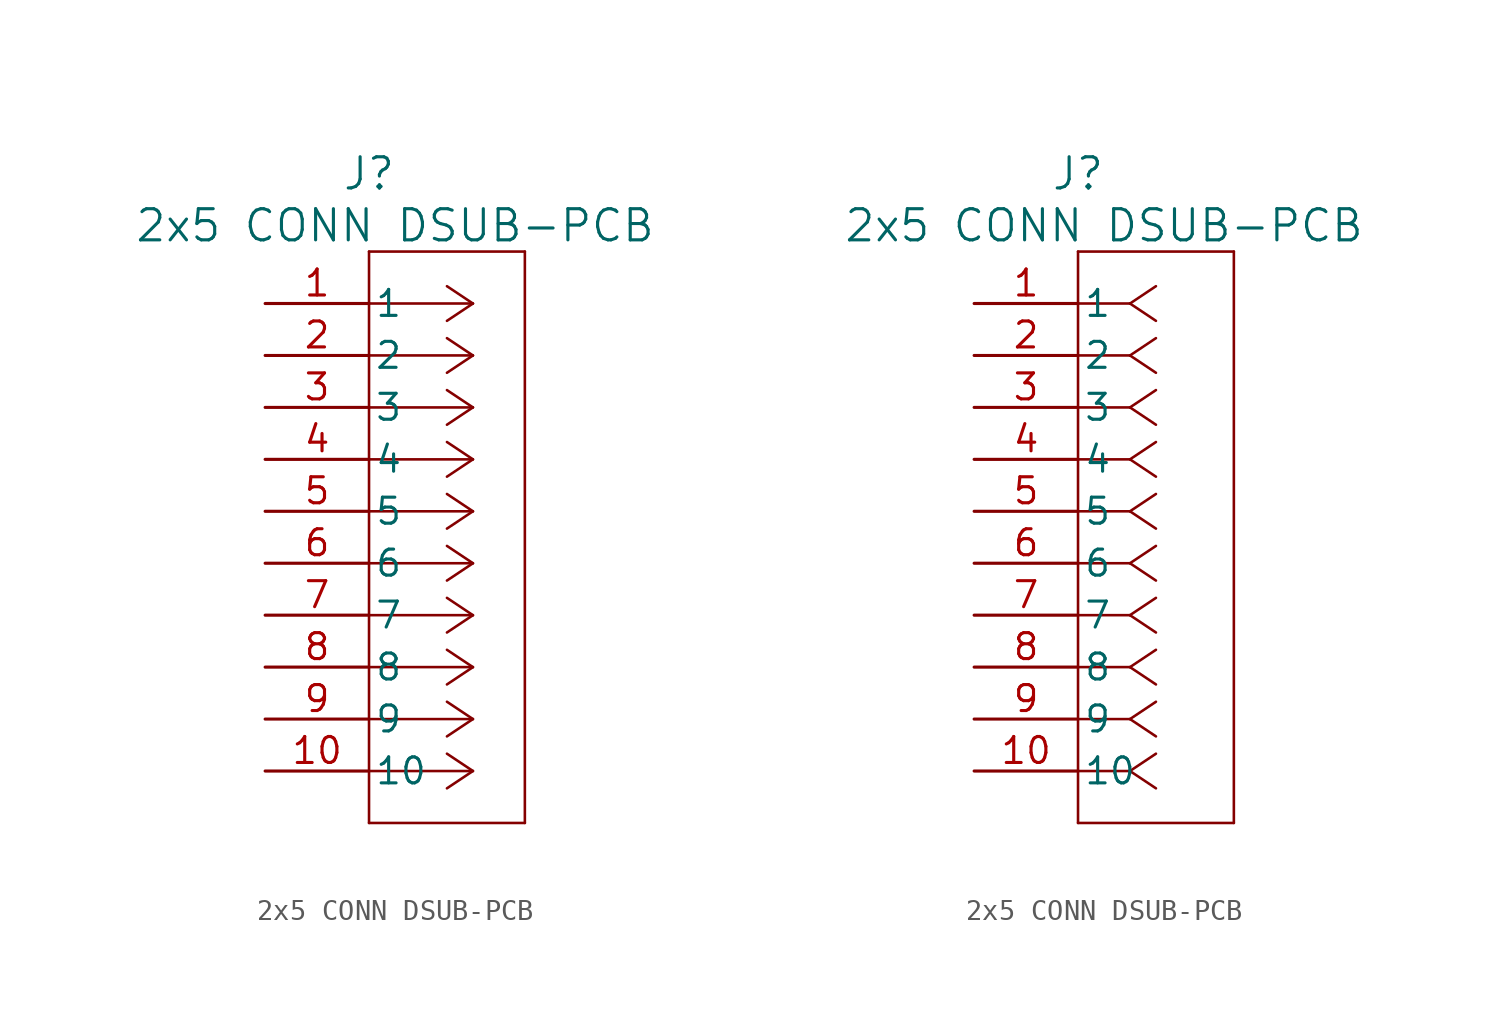
<source format=kicad_sym>
(kicad_symbol_lib
  (version 20241209)
  (generator "kicad_symbol_editor")
  (generator_version "9.0")
  (symbol "2x5 CONN DSUB-PCB"
    (pin_names
      (offset 0.254))
    (property "Reference" "J"
      (at 5.08 6.35 0)
      (effects (font (size 1.524 1.524))))
    (property "Value" "2x5 CONN DSUB-PCB"
      (at 6.35 3.81 0)
      (effects (font (size 1.524 1.524))))
    (property "ki_locked" ""
      (at 0 0 0)
      (effects (font (size 1.27 1.27))))
    (symbol "2x5 CONN DSUB-PCB_1_1"
      (polyline (pts (xy 5.08 2.54) (xy 5.08 -25.4)) (stroke (width 0.127) (type default)) (fill (type none)))
      (polyline (pts (xy 5.08 -25.4) (xy 12.7 -25.4)) (stroke (width 0.127) (type default)) (fill (type none)))
      (polyline (pts (xy 10.16 0) (xy 5.08 0)) (stroke (width 0.127) (type default)) (fill (type none)))
      (polyline (pts (xy 10.16 0) (xy 8.89 0.847)) (stroke (width 0.127) (type default)) (fill (type none)))
      (polyline (pts (xy 10.16 0) (xy 8.89 -0.847)) (stroke (width 0.127) (type default)) (fill (type none)))
      (polyline (pts (xy 10.16 -2.54) (xy 5.08 -2.54)) (stroke (width 0.127) (type default)) (fill (type none)))
      (polyline (pts (xy 10.16 -2.54) (xy 8.89 -1.693)) (stroke (width 0.127) (type default)) (fill (type none)))
      (polyline (pts (xy 10.16 -2.54) (xy 8.89 -3.387)) (stroke (width 0.127) (type default)) (fill (type none)))
      (polyline (pts (xy 10.16 -5.08) (xy 5.08 -5.08)) (stroke (width 0.127) (type default)) (fill (type none)))
      (polyline (pts (xy 10.16 -5.08) (xy 8.89 -4.233)) (stroke (width 0.127) (type default)) (fill (type none)))
      (polyline (pts (xy 10.16 -5.08) (xy 8.89 -5.927)) (stroke (width 0.127) (type default)) (fill (type none)))
      (polyline (pts (xy 10.16 -7.62) (xy 5.08 -7.62)) (stroke (width 0.127) (type default)) (fill (type none)))
      (polyline (pts (xy 10.16 -7.62) (xy 8.89 -6.773)) (stroke (width 0.127) (type default)) (fill (type none)))
      (polyline (pts (xy 10.16 -7.62) (xy 8.89 -8.467)) (stroke (width 0.127) (type default)) (fill (type none)))
      (polyline (pts (xy 10.16 -10.16) (xy 5.08 -10.16)) (stroke (width 0.127) (type default)) (fill (type none)))
      (polyline (pts (xy 10.16 -10.16) (xy 8.89 -9.313)) (stroke (width 0.127) (type default)) (fill (type none)))
      (polyline (pts (xy 10.16 -10.16) (xy 8.89 -11.007)) (stroke (width 0.127) (type default)) (fill (type none)))
      (polyline (pts (xy 10.16 -12.7) (xy 5.08 -12.7)) (stroke (width 0.127) (type default)) (fill (type none)))
      (polyline (pts (xy 10.16 -12.7) (xy 8.89 -11.853)) (stroke (width 0.127) (type default)) (fill (type none)))
      (polyline (pts (xy 10.16 -12.7) (xy 8.89 -13.547)) (stroke (width 0.127) (type default)) (fill (type none)))
      (polyline (pts (xy 10.16 -15.24) (xy 5.08 -15.24)) (stroke (width 0.127) (type default)) (fill (type none)))
      (polyline (pts (xy 10.16 -15.24) (xy 8.89 -14.393)) (stroke (width 0.127) (type default)) (fill (type none)))
      (polyline (pts (xy 10.16 -15.24) (xy 8.89 -16.087)) (stroke (width 0.127) (type default)) (fill (type none)))
      (polyline (pts (xy 10.16 -17.78) (xy 5.08 -17.78)) (stroke (width 0.127) (type default)) (fill (type none)))
      (polyline (pts (xy 10.16 -17.78) (xy 8.89 -16.933)) (stroke (width 0.127) (type default)) (fill (type none)))
      (polyline (pts (xy 10.16 -17.78) (xy 8.89 -18.627)) (stroke (width 0.127) (type default)) (fill (type none)))
      (polyline (pts (xy 10.16 -20.32) (xy 5.08 -20.32)) (stroke (width 0.127) (type default)) (fill (type none)))
      (polyline (pts (xy 10.16 -20.32) (xy 8.89 -19.473)) (stroke (width 0.127) (type default)) (fill (type none)))
      (polyline (pts (xy 10.16 -20.32) (xy 8.89 -21.167)) (stroke (width 0.127) (type default)) (fill (type none)))
      (polyline (pts (xy 10.16 -22.86) (xy 5.08 -22.86)) (stroke (width 0.127) (type default)) (fill (type none)))
      (polyline (pts (xy 10.16 -22.86) (xy 8.89 -22.013)) (stroke (width 0.127) (type default)) (fill (type none)))
      (polyline (pts (xy 10.16 -22.86) (xy 8.89 -23.707)) (stroke (width 0.127) (type default)) (fill (type none)))
      (polyline (pts (xy 12.7 2.54) (xy 5.08 2.54)) (stroke (width 0.127) (type default)) (fill (type none)))
      (polyline (pts (xy 12.7 -25.4) (xy 12.7 2.54)) (stroke (width 0.127) (type default)) (fill (type none)))
      (pin unspecified line (at 0 0 0) (length 5.08) (name "1" (effects (font (size 1.27 1.27)))) (number "1" (effects (font (size 1.27 1.27)))))
      (pin unspecified line (at 0 -2.54 0) (length 5.08) (name "2" (effects (font (size 1.27 1.27)))) (number "2" (effects (font (size 1.27 1.27)))))
      (pin unspecified line (at 0 -5.08 0) (length 5.08) (name "3" (effects (font (size 1.27 1.27)))) (number "3" (effects (font (size 1.27 1.27)))))
      (pin unspecified line (at 0 -7.62 0) (length 5.08) (name "4" (effects (font (size 1.27 1.27)))) (number "4" (effects (font (size 1.27 1.27)))))
      (pin unspecified line (at 0 -10.16 0) (length 5.08) (name "5" (effects (font (size 1.27 1.27)))) (number "5" (effects (font (size 1.27 1.27)))))
      (pin unspecified line (at 0 -12.7 0) (length 5.08) (name "6" (effects (font (size 1.27 1.27)))) (number "6" (effects (font (size 1.27 1.27)))))
      (pin unspecified line (at 0 -15.24 0) (length 5.08) (name "7" (effects (font (size 1.27 1.27)))) (number "7" (effects (font (size 1.27 1.27)))))
      (pin unspecified line (at 0 -17.78 0) (length 5.08) (name "8" (effects (font (size 1.27 1.27)))) (number "8" (effects (font (size 1.27 1.27)))))
      (pin unspecified line (at 0 -20.32 0) (length 5.08) (name "9" (effects (font (size 1.27 1.27)))) (number "9" (effects (font (size 1.27 1.27)))))
      (pin unspecified line (at 0 -22.86 0) (length 5.08) (name "10" (effects (font (size 1.27 1.27)))) (number "10" (effects (font (size 1.27 1.27))))))
    (symbol "2x5 CONN DSUB-PCB_1_2"
      (polyline (pts (xy 5.08 2.54) (xy 5.08 -25.4)) (stroke (width 0.127) (type default)) (fill (type none)))
      (polyline (pts (xy 5.08 -25.4) (xy 12.7 -25.4)) (stroke (width 0.127) (type default)) (fill (type none)))
      (polyline (pts (xy 7.62 0) (xy 5.08 0)) (stroke (width 0.127) (type default)) (fill (type none)))
      (polyline (pts (xy 7.62 0) (xy 8.89 0.847)) (stroke (width 0.127) (type default)) (fill (type none)))
      (polyline (pts (xy 7.62 0) (xy 8.89 -0.847)) (stroke (width 0.127) (type default)) (fill (type none)))
      (polyline (pts (xy 7.62 -2.54) (xy 5.08 -2.54)) (stroke (width 0.127) (type default)) (fill (type none)))
      (polyline (pts (xy 7.62 -2.54) (xy 8.89 -1.693)) (stroke (width 0.127) (type default)) (fill (type none)))
      (polyline (pts (xy 7.62 -2.54) (xy 8.89 -3.387)) (stroke (width 0.127) (type default)) (fill (type none)))
      (polyline (pts (xy 7.62 -5.08) (xy 5.08 -5.08)) (stroke (width 0.127) (type default)) (fill (type none)))
      (polyline (pts (xy 7.62 -5.08) (xy 8.89 -4.233)) (stroke (width 0.127) (type default)) (fill (type none)))
      (polyline (pts (xy 7.62 -5.08) (xy 8.89 -5.927)) (stroke (width 0.127) (type default)) (fill (type none)))
      (polyline (pts (xy 7.62 -7.62) (xy 5.08 -7.62)) (stroke (width 0.127) (type default)) (fill (type none)))
      (polyline (pts (xy 7.62 -7.62) (xy 8.89 -6.773)) (stroke (width 0.127) (type default)) (fill (type none)))
      (polyline (pts (xy 7.62 -7.62) (xy 8.89 -8.467)) (stroke (width 0.127) (type default)) (fill (type none)))
      (polyline (pts (xy 7.62 -10.16) (xy 5.08 -10.16)) (stroke (width 0.127) (type default)) (fill (type none)))
      (polyline (pts (xy 7.62 -10.16) (xy 8.89 -9.313)) (stroke (width 0.127) (type default)) (fill (type none)))
      (polyline (pts (xy 7.62 -10.16) (xy 8.89 -11.007)) (stroke (width 0.127) (type default)) (fill (type none)))
      (polyline (pts (xy 7.62 -12.7) (xy 5.08 -12.7)) (stroke (width 0.127) (type default)) (fill (type none)))
      (polyline (pts (xy 7.62 -12.7) (xy 8.89 -11.853)) (stroke (width 0.127) (type default)) (fill (type none)))
      (polyline (pts (xy 7.62 -12.7) (xy 8.89 -13.547)) (stroke (width 0.127) (type default)) (fill (type none)))
      (polyline (pts (xy 7.62 -15.24) (xy 5.08 -15.24)) (stroke (width 0.127) (type default)) (fill (type none)))
      (polyline (pts (xy 7.62 -15.24) (xy 8.89 -14.393)) (stroke (width 0.127) (type default)) (fill (type none)))
      (polyline (pts (xy 7.62 -15.24) (xy 8.89 -16.087)) (stroke (width 0.127) (type default)) (fill (type none)))
      (polyline (pts (xy 7.62 -17.78) (xy 5.08 -17.78)) (stroke (width 0.127) (type default)) (fill (type none)))
      (polyline (pts (xy 7.62 -17.78) (xy 8.89 -16.933)) (stroke (width 0.127) (type default)) (fill (type none)))
      (polyline (pts (xy 7.62 -17.78) (xy 8.89 -18.627)) (stroke (width 0.127) (type default)) (fill (type none)))
      (polyline (pts (xy 7.62 -20.32) (xy 5.08 -20.32)) (stroke (width 0.127) (type default)) (fill (type none)))
      (polyline (pts (xy 7.62 -20.32) (xy 8.89 -19.473)) (stroke (width 0.127) (type default)) (fill (type none)))
      (polyline (pts (xy 7.62 -20.32) (xy 8.89 -21.167)) (stroke (width 0.127) (type default)) (fill (type none)))
      (polyline (pts (xy 7.62 -22.86) (xy 5.08 -22.86)) (stroke (width 0.127) (type default)) (fill (type none)))
      (polyline (pts (xy 7.62 -22.86) (xy 8.89 -22.013)) (stroke (width 0.127) (type default)) (fill (type none)))
      (polyline (pts (xy 7.62 -22.86) (xy 8.89 -23.707)) (stroke (width 0.127) (type default)) (fill (type none)))
      (polyline (pts (xy 12.7 2.54) (xy 5.08 2.54)) (stroke (width 0.127) (type default)) (fill (type none)))
      (polyline (pts (xy 12.7 -25.4) (xy 12.7 2.54)) (stroke (width 0.127) (type default)) (fill (type none)))
      (pin unspecified line (at 0 0 0) (length 5.08) (name "1" (effects (font (size 1.27 1.27)))) (number "1" (effects (font (size 1.27 1.27)))))
      (pin unspecified line (at 0 -2.54 0) (length 5.08) (name "2" (effects (font (size 1.27 1.27)))) (number "2" (effects (font (size 1.27 1.27)))))
      (pin unspecified line (at 0 -5.08 0) (length 5.08) (name "3" (effects (font (size 1.27 1.27)))) (number "3" (effects (font (size 1.27 1.27)))))
      (pin unspecified line (at 0 -7.62 0) (length 5.08) (name "4" (effects (font (size 1.27 1.27)))) (number "4" (effects (font (size 1.27 1.27)))))
      (pin unspecified line (at 0 -10.16 0) (length 5.08) (name "5" (effects (font (size 1.27 1.27)))) (number "5" (effects (font (size 1.27 1.27)))))
      (pin unspecified line (at 0 -12.7 0) (length 5.08) (name "6" (effects (font (size 1.27 1.27)))) (number "6" (effects (font (size 1.27 1.27)))))
      (pin unspecified line (at 0 -15.24 0) (length 5.08) (name "7" (effects (font (size 1.27 1.27)))) (number "7" (effects (font (size 1.27 1.27)))))
      (pin unspecified line (at 0 -17.78 0) (length 5.08) (name "8" (effects (font (size 1.27 1.27)))) (number "8" (effects (font (size 1.27 1.27)))))
      (pin unspecified line (at 0 -20.32 0) (length 5.08) (name "9" (effects (font (size 1.27 1.27)))) (number "9" (effects (font (size 1.27 1.27)))))
      (pin unspecified line (at 0 -22.86 0) (length 5.08) (name "10" (effects (font (size 1.27 1.27)))) (number "10" (effects (font (size 1.27 1.27))))))))
</source>
